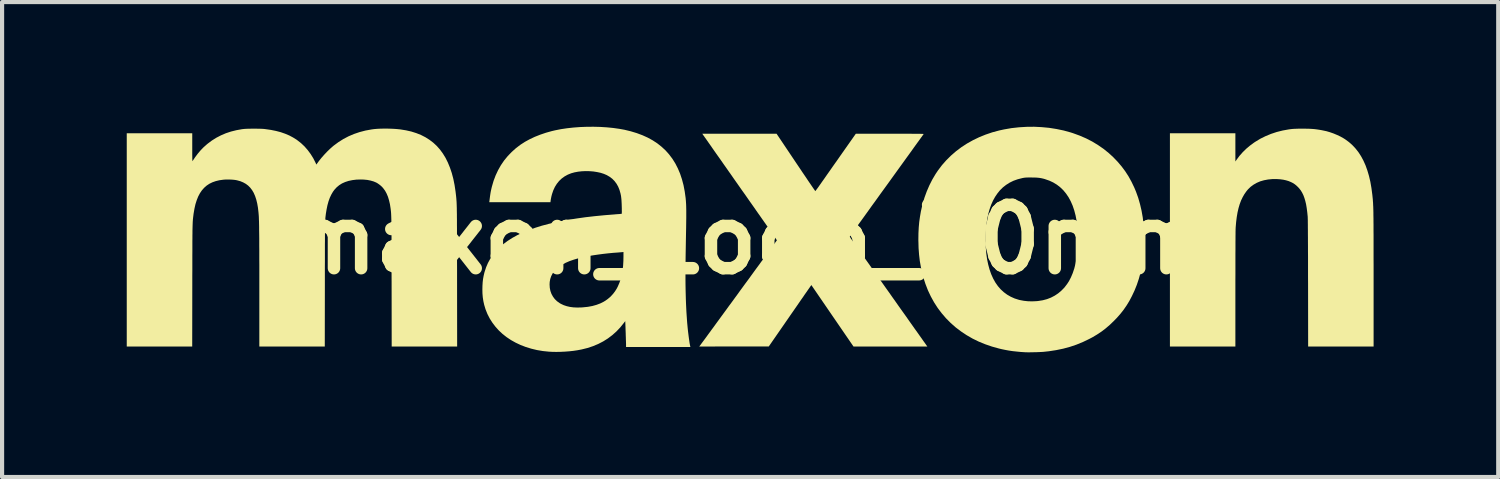
<source format=kicad_pcb>
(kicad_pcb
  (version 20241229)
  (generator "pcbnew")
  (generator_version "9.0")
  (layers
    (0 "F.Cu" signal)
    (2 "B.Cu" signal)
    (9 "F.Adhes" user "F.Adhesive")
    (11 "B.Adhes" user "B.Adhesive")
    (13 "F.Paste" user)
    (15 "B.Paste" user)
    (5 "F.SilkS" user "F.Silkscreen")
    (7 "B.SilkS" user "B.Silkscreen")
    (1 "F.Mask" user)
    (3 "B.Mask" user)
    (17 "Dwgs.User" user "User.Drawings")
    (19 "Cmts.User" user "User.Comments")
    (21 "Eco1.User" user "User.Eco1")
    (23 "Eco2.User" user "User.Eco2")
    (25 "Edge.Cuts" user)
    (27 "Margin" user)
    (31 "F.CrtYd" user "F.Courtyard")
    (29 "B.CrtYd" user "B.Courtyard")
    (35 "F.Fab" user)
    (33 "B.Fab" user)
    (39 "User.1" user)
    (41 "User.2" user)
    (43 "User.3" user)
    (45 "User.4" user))
  (footprint "maxon_Logo_30mm"
    (layer "F.Cu")
    (at 15.001 2.714)
    (property "Reference" "maxon_Logo_30mm" (at 0 0 0) (layer "F.SilkS") (effects (font (size 1.524 1.524) (thickness 0.3))))
    (attr board_only exclude_from_pos_files exclude_from_bom)
    (fp_poly (pts (xy 13.327 -2.668) (xy 13.389 -2.667) (xy 13.447 -2.666) (xy 13.501 -2.663) (xy 13.548 -2.66) (xy 13.581 -2.657) (xy 13.637 -2.65) (xy 13.696 -2.641) (xy 13.753 -2.631) (xy 13.806 -2.62) (xy 13.852 -2.61) (xy 13.863 -2.608) (xy 13.949 -2.583) (xy 14.035 -2.553) (xy 14.121 -2.517) (xy 14.202 -2.479) (xy 14.277 -2.437) (xy 14.318 -2.411) (xy 14.408 -2.345) (xy 14.49 -2.272) (xy 14.566 -2.191) (xy 14.636 -2.102) (xy 14.699 -2.005) (xy 14.756 -1.899) (xy 14.807 -1.785) (xy 14.851 -1.662) (xy 14.89 -1.53) (xy 14.923 -1.389) (xy 14.949 -1.238) (xy 14.97 -1.079) (xy 14.981 -0.974) (xy 14.983 -0.951) (xy 14.984 -0.927) (xy 14.986 -0.904) (xy 14.988 -0.879) (xy 14.989 -0.853) (xy 14.99 -0.825) (xy 14.992 -0.795) (xy 14.993 -0.763) (xy 14.994 -0.727) (xy 14.995 -0.688) (xy 14.996 -0.646) (xy 14.996 -0.599) (xy 14.997 -0.547) (xy 14.998 -0.49) (xy 14.998 -0.427) (xy 14.999 -0.358) (xy 14.999 -0.283) (xy 14.999 -0.202) (xy 15 -0.112) (xy 15 -0.016) (xy 15 0.089) (xy 15 0.203) (xy 15 0.325) (xy 15 0.457) (xy 15.001 0.599) (xy 15.001 0.751) (xy 15.001 0.914) (xy 15.001 0.987) (xy 15.001 2.574) (xy 13.426 2.574) (xy 13.424 1.049) (xy 13.423 0.874) (xy 13.423 0.711) (xy 13.423 0.558) (xy 13.423 0.416) (xy 13.422 0.285) (xy 13.422 0.164) (xy 13.421 0.053) (xy 13.421 -0.048) (xy 13.42 -0.139) (xy 13.42 -0.221) (xy 13.419 -0.293) (xy 13.419 -0.357) (xy 13.418 -0.411) (xy 13.418 -0.456) (xy 13.417 -0.493) (xy 13.416 -0.522) (xy 13.416 -0.542) (xy 13.415 -0.553) (xy 13.404 -0.662) (xy 13.391 -0.761) (xy 13.376 -0.85) (xy 13.357 -0.93) (xy 13.335 -1.003) (xy 13.311 -1.068) (xy 13.282 -1.127) (xy 13.25 -1.18) (xy 13.213 -1.228) (xy 13.183 -1.261) (xy 13.142 -1.3) (xy 13.102 -1.332) (xy 13.058 -1.36) (xy 13.019 -1.38) (xy 12.958 -1.406) (xy 12.895 -1.425) (xy 12.826 -1.44) (xy 12.752 -1.45) (xy 12.675 -1.455) (xy 12.566 -1.455) (xy 12.462 -1.445) (xy 12.365 -1.427) (xy 12.274 -1.401) (xy 12.19 -1.365) (xy 12.113 -1.321) (xy 12.042 -1.269) (xy 11.979 -1.208) (xy 11.944 -1.166) (xy 11.894 -1.096) (xy 11.851 -1.021) (xy 11.812 -0.94) (xy 11.779 -0.852) (xy 11.751 -0.757) (xy 11.727 -0.653) (xy 11.708 -0.541) (xy 11.693 -0.42) (xy 11.682 -0.289) (xy 11.681 -0.265) (xy 11.68 -0.249) (xy 11.68 -0.222) (xy 11.679 -0.184) (xy 11.679 -0.135) (xy 11.678 -0.077) (xy 11.678 -0.01) (xy 11.677 0.067) (xy 11.677 0.153) (xy 11.677 0.247) (xy 11.676 0.35) (xy 11.676 0.46) (xy 11.676 0.577) (xy 11.676 0.702) (xy 11.676 0.834) (xy 11.675 0.972) (xy 11.675 1.116) (xy 11.675 1.204) (xy 11.675 2.574) (xy 10.1 2.574) (xy 10.1 -2.558) (xy 11.675 -2.558) (xy 11.675 -1.878) (xy 11.709 -1.927) (xy 11.774 -2.014) (xy 11.849 -2.099) (xy 11.932 -2.181) (xy 12.023 -2.258) (xy 12.119 -2.329) (xy 12.152 -2.351) (xy 12.274 -2.425) (xy 12.401 -2.488) (xy 12.532 -2.542) (xy 12.67 -2.588) (xy 12.814 -2.624) (xy 12.964 -2.651) (xy 13.011 -2.657) (xy 13.047 -2.661) (xy 13.093 -2.664) (xy 13.146 -2.666) (xy 13.204 -2.668) (xy 13.265 -2.668)) (stroke (width 0) (type solid)) (fill yes) (layer "F.SilkS"))
    (fp_poly (pts (xy 7.014 -2.705) (xy 7.193 -2.688) (xy 7.37 -2.66) (xy 7.543 -2.624) (xy 7.71 -2.578) (xy 7.766 -2.56) (xy 7.928 -2.501) (xy 8.083 -2.434) (xy 8.231 -2.358) (xy 8.371 -2.273) (xy 8.504 -2.181) (xy 8.629 -2.08) (xy 8.733 -1.985) (xy 8.84 -1.874) (xy 8.937 -1.76) (xy 9.025 -1.642) (xy 9.105 -1.518) (xy 9.177 -1.387) (xy 9.243 -1.249) (xy 9.284 -1.151) (xy 9.336 -1.007) (xy 9.38 -0.854) (xy 9.417 -0.696) (xy 9.446 -0.532) (xy 9.466 -0.364) (xy 9.479 -0.192) (xy 9.484 -0.019) (xy 9.48 0.151) (xy 9.469 0.325) (xy 9.45 0.49) (xy 9.425 0.649) (xy 9.392 0.801) (xy 9.351 0.948) (xy 9.303 1.091) (xy 9.247 1.23) (xy 9.185 1.361) (xy 9.124 1.477) (xy 9.058 1.585) (xy 8.987 1.688) (xy 8.91 1.786) (xy 8.824 1.884) (xy 8.751 1.959) (xy 8.653 2.053) (xy 8.554 2.138) (xy 8.453 2.215) (xy 8.346 2.286) (xy 8.233 2.353) (xy 8.155 2.394) (xy 8.005 2.466) (xy 7.851 2.529) (xy 7.694 2.582) (xy 7.531 2.626) (xy 7.362 2.661) (xy 7.187 2.688) (xy 7.057 2.702) (xy 7.027 2.704) (xy 6.988 2.706) (xy 6.944 2.708) (xy 6.895 2.71) (xy 6.844 2.711) (xy 6.793 2.712) (xy 6.745 2.713) (xy 6.7 2.714) (xy 6.662 2.713) (xy 6.631 2.713) (xy 6.62 2.712) (xy 6.51 2.705) (xy 6.41 2.695) (xy 6.316 2.685) (xy 6.227 2.672) (xy 6.14 2.656) (xy 6.053 2.638) (xy 5.986 2.622) (xy 5.817 2.575) (xy 5.654 2.519) (xy 5.498 2.455) (xy 5.349 2.382) (xy 5.207 2.3) (xy 5.072 2.21) (xy 4.944 2.113) (xy 4.824 2.007) (xy 4.712 1.894) (xy 4.608 1.773) (xy 4.512 1.646) (xy 4.425 1.511) (xy 4.347 1.37) (xy 4.277 1.222) (xy 4.217 1.067) (xy 4.181 0.957) (xy 4.14 0.812) (xy 4.108 0.666) (xy 4.082 0.518) (xy 4.064 0.365) (xy 4.052 0.206) (xy 4.048 0.047) (xy 5.663 0.047) (xy 5.669 0.184) (xy 5.681 0.332) (xy 5.7 0.471) (xy 5.727 0.601) (xy 5.76 0.722) (xy 5.8 0.835) (xy 5.847 0.939) (xy 5.9 1.034) (xy 5.961 1.121) (xy 6.028 1.198) (xy 6.102 1.266) (xy 6.183 1.326) (xy 6.27 1.376) (xy 6.364 1.418) (xy 6.465 1.45) (xy 6.49 1.456) (xy 6.585 1.474) (xy 6.687 1.485) (xy 6.792 1.487) (xy 6.898 1.482) (xy 6.933 1.478) (xy 7.04 1.461) (xy 7.142 1.434) (xy 7.238 1.397) (xy 7.328 1.35) (xy 7.412 1.294) (xy 7.49 1.228) (xy 7.562 1.154) (xy 7.626 1.07) (xy 7.671 1.001) (xy 7.719 0.908) (xy 7.762 0.806) (xy 7.799 0.695) (xy 7.829 0.576) (xy 7.853 0.45) (xy 7.871 0.315) (xy 7.882 0.174) (xy 7.887 0.026) (xy 7.887 -0.003) (xy 7.883 -0.159) (xy 7.873 -0.307) (xy 7.855 -0.447) (xy 7.83 -0.578) (xy 7.798 -0.701) (xy 7.759 -0.816) (xy 7.713 -0.921) (xy 7.66 -1.019) (xy 7.6 -1.107) (xy 7.534 -1.187) (xy 7.46 -1.258) (xy 7.38 -1.32) (xy 7.293 -1.373) (xy 7.199 -1.417) (xy 7.098 -1.452) (xy 7.094 -1.454) (xy 7.05 -1.466) (xy 7.01 -1.475) (xy 6.97 -1.482) (xy 6.929 -1.487) (xy 6.884 -1.491) (xy 6.833 -1.492) (xy 6.774 -1.493) (xy 6.761 -1.493) (xy 6.715 -1.493) (xy 6.679 -1.493) (xy 6.65 -1.492) (xy 6.627 -1.491) (xy 6.606 -1.489) (xy 6.587 -1.486) (xy 6.568 -1.483) (xy 6.545 -1.478) (xy 6.541 -1.477) (xy 6.435 -1.45) (xy 6.335 -1.414) (xy 6.243 -1.369) (xy 6.159 -1.316) (xy 6.081 -1.255) (xy 6.009 -1.184) (xy 5.944 -1.103) (xy 5.893 -1.027) (xy 5.844 -0.939) (xy 5.8 -0.841) (xy 5.762 -0.734) (xy 5.73 -0.62) (xy 5.705 -0.498) (xy 5.685 -0.37) (xy 5.671 -0.236) (xy 5.664 -0.097) (xy 5.663 0.047) (xy 4.048 0.047) (xy 4.047 0.041) (xy 4.047 -0.008) (xy 4.049 -0.154) (xy 4.056 -0.292) (xy 4.068 -0.424) (xy 4.086 -0.552) (xy 4.108 -0.679) (xy 4.137 -0.806) (xy 4.149 -0.855) (xy 4.194 -1.009) (xy 4.249 -1.159) (xy 4.312 -1.305) (xy 4.383 -1.445) (xy 4.462 -1.578) (xy 4.519 -1.663) (xy 4.615 -1.79) (xy 4.72 -1.909) (xy 4.833 -2.021) (xy 4.953 -2.125) (xy 5.082 -2.222) (xy 5.217 -2.31) (xy 5.36 -2.39) (xy 5.509 -2.462) (xy 5.664 -2.525) (xy 5.826 -2.58) (xy 5.994 -2.625) (xy 6.109 -2.65) (xy 6.287 -2.681) (xy 6.468 -2.701) (xy 6.65 -2.712) (xy 6.832 -2.714)) (stroke (width 0) (type solid)) (fill yes) (layer "F.SilkS"))
    (fp_poly (pts (xy 3.476 -2.546) (xy 3.581 -2.546) (xy 3.676 -2.546) (xy 3.761 -2.546) (xy 3.836 -2.546) (xy 3.903 -2.545) (xy 3.961 -2.545) (xy 4.011 -2.545) (xy 4.053 -2.544) (xy 4.088 -2.544) (xy 4.116 -2.543) (xy 4.139 -2.543) (xy 4.155 -2.542) (xy 4.166 -2.541) (xy 4.172 -2.54) (xy 4.174 -2.539) (xy 4.174 -2.539) (xy 4.171 -2.534) (xy 4.161 -2.52) (xy 4.145 -2.498) (xy 4.123 -2.467) (xy 4.096 -2.43) (xy 4.063 -2.384) (xy 4.025 -2.332) (xy 3.983 -2.274) (xy 3.936 -2.209) (xy 3.886 -2.138) (xy 3.831 -2.062) (xy 3.772 -1.981) (xy 3.711 -1.896) (xy 3.646 -1.806) (xy 3.578 -1.712) (xy 3.508 -1.615) (xy 3.436 -1.515) (xy 3.362 -1.412) (xy 3.286 -1.307) (xy 3.21 -1.202) (xy 3.135 -1.099) (xy 3.063 -0.998) (xy 2.993 -0.901) (xy 2.925 -0.808) (xy 2.861 -0.718) (xy 2.799 -0.632) (xy 2.741 -0.551) (xy 2.686 -0.475) (xy 2.635 -0.405) (xy 2.588 -0.34) (xy 2.546 -0.282) (xy 2.508 -0.229) (xy 2.476 -0.184) (xy 2.449 -0.146) (xy 2.427 -0.116) (xy 2.411 -0.094) (xy 2.401 -0.08) (xy 2.397 -0.075) (xy 2.399 -0.067) (xy 2.407 -0.052) (xy 2.421 -0.028) (xy 2.442 0.002) (xy 2.452 0.016) (xy 2.462 0.03) (xy 2.478 0.053) (xy 2.5 0.084) (xy 2.527 0.122) (xy 2.559 0.168) (xy 2.595 0.219) (xy 2.636 0.276) (xy 2.68 0.339) (xy 2.727 0.405) (xy 2.777 0.476) (xy 2.83 0.55) (xy 2.884 0.627) (xy 2.94 0.706) (xy 2.997 0.786) (xy 2.998 0.788) (xy 3.062 0.878) (xy 3.129 0.973) (xy 3.199 1.072) (xy 3.271 1.174) (xy 3.344 1.276) (xy 3.416 1.379) (xy 3.488 1.48) (xy 3.558 1.58) (xy 3.626 1.676) (xy 3.691 1.767) (xy 3.752 1.852) (xy 3.807 1.931) (xy 3.855 1.999) (xy 3.904 2.068) (xy 3.951 2.135) (xy 3.997 2.199) (xy 4.04 2.259) (xy 4.08 2.316) (xy 4.117 2.368) (xy 4.15 2.415) (xy 4.178 2.455) (xy 4.203 2.489) (xy 4.222 2.516) (xy 4.235 2.535) (xy 4.243 2.546) (xy 4.244 2.548) (xy 4.263 2.574) (xy 2.486 2.574) (xy 1.979 1.835) (xy 1.472 1.095) (xy 1.458 1.115) (xy 1.453 1.122) (xy 1.442 1.137) (xy 1.426 1.161) (xy 1.404 1.192) (xy 1.377 1.231) (xy 1.345 1.277) (xy 1.309 1.328) (xy 1.27 1.386) (xy 1.226 1.448) (xy 1.18 1.515) (xy 1.131 1.586) (xy 1.079 1.661) (xy 1.025 1.739) (xy 0.969 1.819) (xy 0.946 1.853) (xy 0.448 2.572) (xy -0.389 2.573) (xy -1.225 2.574) (xy -1.186 2.522) (xy -1.172 2.502) (xy -1.151 2.474) (xy -1.125 2.439) (xy -1.094 2.397) (xy -1.058 2.348) (xy -1.018 2.293) (xy -0.974 2.233) (xy -0.926 2.167) (xy -0.874 2.097) (xy -0.82 2.022) (xy -0.762 1.943) (xy -0.703 1.862) (xy -0.641 1.777) (xy -0.577 1.69) (xy -0.512 1.6) (xy -0.445 1.51) (xy -0.378 1.418) (xy -0.31 1.325) (xy -0.243 1.232) (xy -0.175 1.139) (xy -0.108 1.047) (xy -0.041 0.957) (xy 0.024 0.867) (xy 0.087 0.78) (xy 0.149 0.695) (xy 0.209 0.614) (xy 0.266 0.535) (xy 0.321 0.46) (xy 0.372 0.39) (xy 0.42 0.324) (xy 0.464 0.264) (xy 0.504 0.209) (xy 0.54 0.16) (xy 0.571 0.118) (xy 0.596 0.082) (xy 0.617 0.054) (xy 0.631 0.034) (xy 0.64 0.022) (xy 0.642 0.019) (xy 0.639 0.014) (xy 0.63 -0.001) (xy 0.616 -0.022) (xy 0.597 -0.051) (xy 0.573 -0.086) (xy 0.546 -0.126) (xy 0.515 -0.171) (xy 0.481 -0.219) (xy 0.445 -0.271) (xy 0.425 -0.3) (xy 0.407 -0.325) (xy 0.385 -0.357) (xy 0.356 -0.398) (xy 0.323 -0.445) (xy 0.285 -0.499) (xy 0.243 -0.559) (xy 0.197 -0.624) (xy 0.148 -0.694) (xy 0.096 -0.769) (xy 0.041 -0.847) (xy -0.017 -0.929) (xy -0.076 -1.014) (xy -0.137 -1.101) (xy -0.2 -1.189) (xy -0.263 -1.279) (xy -0.327 -1.37) (xy -0.391 -1.461) (xy -0.454 -1.552) (xy -0.517 -1.641) (xy -0.579 -1.73) (xy -0.64 -1.816) (xy -0.699 -1.901) (xy -0.756 -1.982) (xy -0.811 -2.059) (xy -0.863 -2.133) (xy -0.911 -2.202) (xy -0.956 -2.267) (xy -0.997 -2.325) (xy -1.034 -2.378) (xy -1.066 -2.424) (xy -1.094 -2.462) (xy -1.116 -2.494) (xy -1.132 -2.516) (xy -1.142 -2.531) (xy -1.142 -2.531) (xy -1.152 -2.546) (xy -0.259 -2.546) (xy 0.635 -2.546) (xy 1.098 -1.856) (xy 1.152 -1.776) (xy 1.204 -1.699) (xy 1.253 -1.625) (xy 1.301 -1.555) (xy 1.346 -1.489) (xy 1.387 -1.427) (xy 1.425 -1.371) (xy 1.46 -1.32) (xy 1.49 -1.276) (xy 1.516 -1.238) (xy 1.537 -1.208) (xy 1.552 -1.186) (xy 1.563 -1.171) (xy 1.567 -1.166) (xy 1.567 -1.166) (xy 1.571 -1.17) (xy 1.581 -1.183) (xy 1.596 -1.203) (xy 1.615 -1.228) (xy 1.637 -1.258) (xy 1.661 -1.292) (xy 1.671 -1.307) (xy 1.688 -1.33) (xy 1.71 -1.362) (xy 1.738 -1.402) (xy 1.771 -1.448) (xy 1.808 -1.501) (xy 1.848 -1.559) (xy 1.892 -1.621) (xy 1.939 -1.688) (xy 1.987 -1.757) (xy 2.038 -1.829) (xy 2.089 -1.901) (xy 2.141 -1.975) (xy 2.156 -1.997) (xy 2.542 -2.546) (xy 3.36 -2.546)) (stroke (width 0) (type solid)) (fill yes) (layer "F.SilkS"))
    (fp_poly (pts (xy -3.608 -2.71) (xy -3.45 -2.7) (xy -3.297 -2.685) (xy -3.15 -2.664) (xy -3.027 -2.642) (xy -2.874 -2.605) (xy -2.729 -2.561) (xy -2.592 -2.51) (xy -2.464 -2.452) (xy -2.344 -2.386) (xy -2.233 -2.313) (xy -2.131 -2.232) (xy -2.036 -2.144) (xy -1.95 -2.047) (xy -1.872 -1.944) (xy -1.802 -1.832) (xy -1.741 -1.713) (xy -1.687 -1.586) (xy -1.642 -1.451) (xy -1.604 -1.308) (xy -1.575 -1.157) (xy -1.553 -0.998) (xy -1.55 -0.963) (xy -1.547 -0.933) (xy -1.545 -0.901) (xy -1.543 -0.869) (xy -1.541 -0.833) (xy -1.54 -0.795) (xy -1.539 -0.753) (xy -1.538 -0.706) (xy -1.538 -0.654) (xy -1.538 -0.597) (xy -1.538 -0.533) (xy -1.539 -0.461) (xy -1.54 -0.382) (xy -1.541 -0.294) (xy -1.543 -0.197) (xy -1.545 -0.09) (xy -1.547 0.023) (xy -1.55 0.202) (xy -1.553 0.37) (xy -1.555 0.529) (xy -1.556 0.679) (xy -1.557 0.82) (xy -1.557 0.954) (xy -1.556 1.081) (xy -1.554 1.203) (xy -1.551 1.319) (xy -1.548 1.431) (xy -1.544 1.539) (xy -1.539 1.644) (xy -1.534 1.746) (xy -1.527 1.848) (xy -1.52 1.949) (xy -1.516 2.004) (xy -1.51 2.066) (xy -1.504 2.131) (xy -1.497 2.196) (xy -1.489 2.262) (xy -1.481 2.326) (xy -1.473 2.386) (xy -1.465 2.441) (xy -1.458 2.491) (xy -1.45 2.532) (xy -1.444 2.564) (xy -1.442 2.57) (xy -1.438 2.586) (xy -2.987 2.586) (xy -2.987 2.548) (xy -2.987 2.536) (xy -2.987 2.514) (xy -2.988 2.483) (xy -2.989 2.446) (xy -2.991 2.403) (xy -2.992 2.356) (xy -2.994 2.306) (xy -2.995 2.256) (xy -2.997 2.205) (xy -2.999 2.156) (xy -3 2.111) (xy -3.002 2.07) (xy -3.003 2.035) (xy -3.004 2.008) (xy -3.005 1.99) (xy -3.005 1.988) (xy -3.006 1.963) (xy -3.04 2.007) (xy -3.126 2.114) (xy -3.219 2.212) (xy -3.318 2.3) (xy -3.424 2.38) (xy -3.537 2.451) (xy -3.657 2.513) (xy -3.784 2.566) (xy -3.917 2.61) (xy -4.058 2.645) (xy -4.158 2.664) (xy -4.252 2.678) (xy -4.353 2.689) (xy -4.457 2.697) (xy -4.563 2.702) (xy -4.666 2.704) (xy -4.764 2.702) (xy -4.841 2.698) (xy -4.988 2.683) (xy -5.13 2.659) (xy -5.267 2.626) (xy -5.398 2.586) (xy -5.523 2.538) (xy -5.642 2.482) (xy -5.755 2.419) (xy -5.86 2.349) (xy -5.958 2.272) (xy -6.048 2.188) (xy -6.129 2.098) (xy -6.202 2.002) (xy -6.267 1.9) (xy -6.322 1.793) (xy -6.367 1.681) (xy -6.373 1.662) (xy -6.4 1.572) (xy -6.42 1.483) (xy -6.434 1.392) (xy -6.442 1.297) (xy -6.444 1.203) (xy -6.442 1.112) (xy -6.44 1.082) (xy -4.827 1.082) (xy -4.822 1.162) (xy -4.807 1.237) (xy -4.782 1.307) (xy -4.747 1.371) (xy -4.704 1.43) (xy -4.651 1.482) (xy -4.589 1.527) (xy -4.555 1.547) (xy -4.487 1.579) (xy -4.415 1.603) (xy -4.337 1.621) (xy -4.253 1.632) (xy -4.162 1.636) (xy -4.063 1.634) (xy -4.023 1.631) (xy -3.906 1.619) (xy -3.797 1.599) (xy -3.697 1.571) (xy -3.604 1.536) (xy -3.519 1.493) (xy -3.442 1.442) (xy -3.371 1.384) (xy -3.351 1.364) (xy -3.298 1.306) (xy -3.253 1.247) (xy -3.212 1.182) (xy -3.187 1.134) (xy -3.149 1.047) (xy -3.117 0.955) (xy -3.091 0.856) (xy -3.072 0.75) (xy -3.058 0.636) (xy -3.051 0.514) (xy -3.049 0.408) (xy -3.049 0.299) (xy -3.067 0.302) (xy -3.079 0.303) (xy -3.1 0.305) (xy -3.127 0.307) (xy -3.158 0.31) (xy -3.17 0.311) (xy -3.294 0.32) (xy -3.419 0.332) (xy -3.543 0.346) (xy -3.663 0.362) (xy -3.778 0.379) (xy -3.886 0.397) (xy -3.985 0.416) (xy -4.005 0.421) (xy -4.13 0.45) (xy -4.245 0.484) (xy -4.349 0.52) (xy -4.443 0.561) (xy -4.526 0.605) (xy -4.599 0.652) (xy -4.661 0.704) (xy -4.714 0.759) (xy -4.756 0.819) (xy -4.788 0.882) (xy -4.811 0.949) (xy -4.824 1.021) (xy -4.827 1.082) (xy -6.44 1.082) (xy -6.437 1.029) (xy -6.428 0.951) (xy -6.414 0.874) (xy -6.396 0.797) (xy -6.39 0.776) (xy -6.354 0.667) (xy -6.309 0.562) (xy -6.254 0.462) (xy -6.19 0.367) (xy -6.117 0.277) (xy -6.034 0.191) (xy -5.941 0.11) (xy -5.838 0.034) (xy -5.726 -0.038) (xy -5.604 -0.106) (xy -5.471 -0.169) (xy -5.329 -0.228) (xy -5.176 -0.282) (xy -5.013 -0.333) (xy -4.84 -0.379) (xy -4.656 -0.421) (xy -4.592 -0.434) (xy -4.391 -0.472) (xy -4.181 -0.506) (xy -3.963 -0.537) (xy -3.736 -0.563) (xy -3.499 -0.586) (xy -3.272 -0.604) (xy -3.229 -0.608) (xy -3.189 -0.611) (xy -3.155 -0.613) (xy -3.127 -0.616) (xy -3.107 -0.618) (xy -3.096 -0.619) (xy -3.094 -0.619) (xy -3.092 -0.621) (xy -3.09 -0.627) (xy -3.089 -0.638) (xy -3.089 -0.654) (xy -3.088 -0.678) (xy -3.089 -0.71) (xy -3.089 -0.751) (xy -3.09 -0.783) (xy -3.092 -0.853) (xy -3.095 -0.912) (xy -3.098 -0.964) (xy -3.103 -1.009) (xy -3.108 -1.05) (xy -3.116 -1.088) (xy -3.119 -1.104) (xy -3.144 -1.192) (xy -3.176 -1.272) (xy -3.216 -1.343) (xy -3.264 -1.407) (xy -3.319 -1.463) (xy -3.383 -1.511) (xy -3.452 -1.551) (xy -3.522 -1.581) (xy -3.6 -1.606) (xy -3.684 -1.624) (xy -3.773 -1.638) (xy -3.865 -1.645) (xy -3.958 -1.647) (xy -4.05 -1.643) (xy -4.14 -1.633) (xy -4.226 -1.617) (xy -4.305 -1.595) (xy -4.306 -1.595) (xy -4.39 -1.561) (xy -4.466 -1.519) (xy -4.536 -1.468) (xy -4.598 -1.409) (xy -4.652 -1.342) (xy -4.699 -1.267) (xy -4.738 -1.183) (xy -4.769 -1.092) (xy -4.784 -1.033) (xy -4.79 -1.003) (xy -4.796 -0.973) (xy -4.8 -0.947) (xy -4.802 -0.933) (xy -4.806 -0.898) (xy -6.278 -0.898) (xy -6.275 -0.922) (xy -6.267 -0.986) (xy -6.26 -1.041) (xy -6.253 -1.089) (xy -6.246 -1.133) (xy -6.238 -1.174) (xy -6.229 -1.214) (xy -6.219 -1.257) (xy -6.215 -1.273) (xy -6.175 -1.411) (xy -6.125 -1.543) (xy -6.066 -1.669) (xy -5.998 -1.789) (xy -5.921 -1.902) (xy -5.834 -2.008) (xy -5.739 -2.107) (xy -5.635 -2.2) (xy -5.527 -2.282) (xy -5.422 -2.35) (xy -5.307 -2.413) (xy -5.184 -2.471) (xy -5.053 -2.523) (xy -4.915 -2.57) (xy -4.772 -2.61) (xy -4.695 -2.628) (xy -4.554 -2.656) (xy -4.406 -2.678) (xy -4.251 -2.695) (xy -4.092 -2.707) (xy -3.931 -2.713) (xy -3.769 -2.714)) (stroke (width 0) (type solid)) (fill yes) (layer "F.SilkS"))
    (fp_poly (pts (xy -8.677 -2.668) (xy -8.595 -2.665) (xy -8.516 -2.66) (xy -8.444 -2.653) (xy -8.418 -2.65) (xy -8.282 -2.628) (xy -8.154 -2.599) (xy -8.034 -2.561) (xy -7.921 -2.516) (xy -7.815 -2.462) (xy -7.717 -2.4) (xy -7.625 -2.33) (xy -7.541 -2.252) (xy -7.464 -2.165) (xy -7.394 -2.069) (xy -7.33 -1.965) (xy -7.274 -1.852) (xy -7.224 -1.73) (xy -7.18 -1.6) (xy -7.143 -1.46) (xy -7.113 -1.311) (xy -7.089 -1.152) (xy -7.077 -1.05) (xy -7.075 -1.03) (xy -7.073 -1.01) (xy -7.071 -0.991) (xy -7.07 -0.972) (xy -7.068 -0.953) (xy -7.067 -0.933) (xy -7.065 -0.912) (xy -7.064 -0.89) (xy -7.063 -0.865) (xy -7.062 -0.839) (xy -7.061 -0.809) (xy -7.06 -0.776) (xy -7.059 -0.74) (xy -7.059 -0.699) (xy -7.058 -0.654) (xy -7.057 -0.605) (xy -7.057 -0.549) (xy -7.056 -0.488) (xy -7.056 -0.421) (xy -7.056 -0.348) (xy -7.055 -0.267) (xy -7.055 -0.179) (xy -7.055 -0.084) (xy -7.054 0.02) (xy -7.054 0.133) (xy -7.054 0.255) (xy -7.054 0.386) (xy -7.054 0.528) (xy -7.053 0.679) (xy -7.053 0.841) (xy -7.053 0.885) (xy -7.051 2.574) (xy -8.626 2.574) (xy -8.628 1.02) (xy -8.629 0.862) (xy -8.629 0.714) (xy -8.629 0.577) (xy -8.629 0.449) (xy -8.629 0.331) (xy -8.63 0.223) (xy -8.63 0.123) (xy -8.63 0.031) (xy -8.63 -0.053) (xy -8.631 -0.129) (xy -8.631 -0.199) (xy -8.632 -0.262) (xy -8.632 -0.318) (xy -8.633 -0.369) (xy -8.633 -0.415) (xy -8.634 -0.456) (xy -8.635 -0.493) (xy -8.636 -0.525) (xy -8.637 -0.555) (xy -8.638 -0.581) (xy -8.639 -0.604) (xy -8.64 -0.625) (xy -8.641 -0.644) (xy -8.643 -0.662) (xy -8.644 -0.679) (xy -8.646 -0.695) (xy -8.648 -0.712) (xy -8.65 -0.728) (xy -8.652 -0.745) (xy -8.668 -0.85) (xy -8.69 -0.944) (xy -8.716 -1.03) (xy -8.748 -1.106) (xy -8.785 -1.174) (xy -8.829 -1.234) (xy -8.857 -1.266) (xy -8.889 -1.296) (xy -8.927 -1.326) (xy -8.966 -1.353) (xy -8.997 -1.371) (xy -9.061 -1.398) (xy -9.134 -1.419) (xy -9.214 -1.435) (xy -9.3 -1.443) (xy -9.367 -1.445) (xy -9.474 -1.442) (xy -9.572 -1.43) (xy -9.663 -1.411) (xy -9.746 -1.384) (xy -9.822 -1.35) (xy -9.89 -1.307) (xy -9.951 -1.256) (xy -10.005 -1.197) (xy -10.04 -1.149) (xy -10.079 -1.082) (xy -10.115 -1.006) (xy -10.146 -0.92) (xy -10.172 -0.826) (xy -10.193 -0.724) (xy -10.204 -0.657) (xy -10.207 -0.638) (xy -10.21 -0.621) (xy -10.212 -0.604) (xy -10.214 -0.587) (xy -10.216 -0.571) (xy -10.218 -0.555) (xy -10.22 -0.537) (xy -10.222 -0.519) (xy -10.223 -0.498) (xy -10.225 -0.476) (xy -10.226 -0.451) (xy -10.227 -0.423) (xy -10.228 -0.392) (xy -10.229 -0.356) (xy -10.229 -0.317) (xy -10.23 -0.272) (xy -10.231 -0.223) (xy -10.231 -0.168) (xy -10.232 -0.106) (xy -10.232 -0.039) (xy -10.232 0.036) (xy -10.233 0.118) (xy -10.233 0.208) (xy -10.233 0.306) (xy -10.233 0.413) (xy -10.233 0.529) (xy -10.234 0.655) (xy -10.234 0.79) (xy -10.234 0.937) (xy -10.234 1.077) (xy -10.236 2.574) (xy -11.811 2.574) (xy -11.811 1.21) (xy -11.811 1.042) (xy -11.811 0.885) (xy -11.811 0.738) (xy -11.811 0.602) (xy -11.812 0.475) (xy -11.812 0.358) (xy -11.812 0.249) (xy -11.813 0.149) (xy -11.813 0.056) (xy -11.813 -0.028) (xy -11.814 -0.106) (xy -11.815 -0.177) (xy -11.816 -0.241) (xy -11.816 -0.3) (xy -11.817 -0.353) (xy -11.818 -0.401) (xy -11.819 -0.444) (xy -11.821 -0.483) (xy -11.822 -0.519) (xy -11.823 -0.55) (xy -11.825 -0.579) (xy -11.827 -0.605) (xy -11.829 -0.629) (xy -11.831 -0.651) (xy -11.831 -0.652) (xy -11.844 -0.766) (xy -11.862 -0.869) (xy -11.885 -0.963) (xy -11.913 -1.047) (xy -11.946 -1.123) (xy -11.985 -1.189) (xy -12.029 -1.247) (xy -12.08 -1.298) (xy -12.136 -1.34) (xy -12.199 -1.375) (xy -12.269 -1.404) (xy -12.346 -1.425) (xy -12.375 -1.431) (xy -12.409 -1.436) (xy -12.45 -1.44) (xy -12.497 -1.443) (xy -12.547 -1.444) (xy -12.596 -1.444) (xy -12.642 -1.443) (xy -12.677 -1.44) (xy -12.772 -1.427) (xy -12.859 -1.406) (xy -12.939 -1.378) (xy -13.013 -1.342) (xy -13.079 -1.298) (xy -13.139 -1.245) (xy -13.193 -1.184) (xy -13.24 -1.115) (xy -13.282 -1.036) (xy -13.317 -0.948) (xy -13.348 -0.851) (xy -13.372 -0.744) (xy -13.392 -0.627) (xy -13.397 -0.59) (xy -13.399 -0.569) (xy -13.402 -0.55) (xy -13.404 -0.532) (xy -13.406 -0.513) (xy -13.408 -0.495) (xy -13.41 -0.476) (xy -13.411 -0.455) (xy -13.413 -0.433) (xy -13.414 -0.41) (xy -13.415 -0.383) (xy -13.416 -0.354) (xy -13.417 -0.322) (xy -13.418 -0.286) (xy -13.419 -0.245) (xy -13.42 -0.2) (xy -13.42 -0.149) (xy -13.421 -0.093) (xy -13.421 -0.031) (xy -13.422 0.037) (xy -13.422 0.113) (xy -13.422 0.196) (xy -13.422 0.287) (xy -13.423 0.386) (xy -13.423 0.493) (xy -13.423 0.611) (xy -13.423 0.737) (xy -13.424 0.874) (xy -13.424 1.022) (xy -13.424 1.116) (xy -13.426 2.574) (xy -15.001 2.574) (xy -15.001 -2.558) (xy -13.425 -2.558) (xy -13.425 -2.217) (xy -13.425 -2.144) (xy -13.425 -2.082) (xy -13.425 -2.029) (xy -13.424 -1.986) (xy -13.424 -1.952) (xy -13.423 -1.925) (xy -13.422 -1.906) (xy -13.421 -1.894) (xy -13.42 -1.888) (xy -13.418 -1.887) (xy -13.418 -1.888) (xy -13.354 -1.984) (xy -13.289 -2.07) (xy -13.223 -2.148) (xy -13.154 -2.219) (xy -13.081 -2.284) (xy -13.055 -2.306) (xy -12.952 -2.383) (xy -12.845 -2.45) (xy -12.733 -2.508) (xy -12.616 -2.558) (xy -12.492 -2.599) (xy -12.363 -2.631) (xy -12.225 -2.656) (xy -12.214 -2.657) (xy -12.18 -2.661) (xy -12.137 -2.664) (xy -12.087 -2.666) (xy -12.031 -2.667) (xy -11.972 -2.668) (xy -11.911 -2.668) (xy -11.852 -2.667) (xy -11.795 -2.666) (xy -11.742 -2.664) (xy -11.697 -2.661) (xy -11.664 -2.657) (xy -11.532 -2.638) (xy -11.409 -2.613) (xy -11.295 -2.583) (xy -11.189 -2.546) (xy -11.09 -2.504) (xy -10.998 -2.455) (xy -10.91 -2.4) (xy -10.9 -2.392) (xy -10.81 -2.322) (xy -10.725 -2.242) (xy -10.647 -2.153) (xy -10.576 -2.057) (xy -10.512 -1.954) (xy -10.459 -1.849) (xy -10.438 -1.804) (xy -10.429 -1.818) (xy -10.376 -1.891) (xy -10.316 -1.966) (xy -10.25 -2.041) (xy -10.181 -2.114) (xy -10.111 -2.182) (xy -10.042 -2.243) (xy -10.024 -2.258) (xy -9.909 -2.343) (xy -9.79 -2.418) (xy -9.665 -2.484) (xy -9.536 -2.539) (xy -9.401 -2.585) (xy -9.26 -2.622) (xy -9.113 -2.649) (xy -9.056 -2.657) (xy -8.992 -2.663) (xy -8.92 -2.667) (xy -8.842 -2.669) (xy -8.76 -2.67)) (stroke (width 0) (type solid)) (fill yes) (layer "F.SilkS")))
  (gr_rect
    (start -3 -3)
    (end 33.001 8.428)
    (stroke (width 0.1) (type default))
    (fill no)
    (layer "Edge.Cuts")))
</source>
